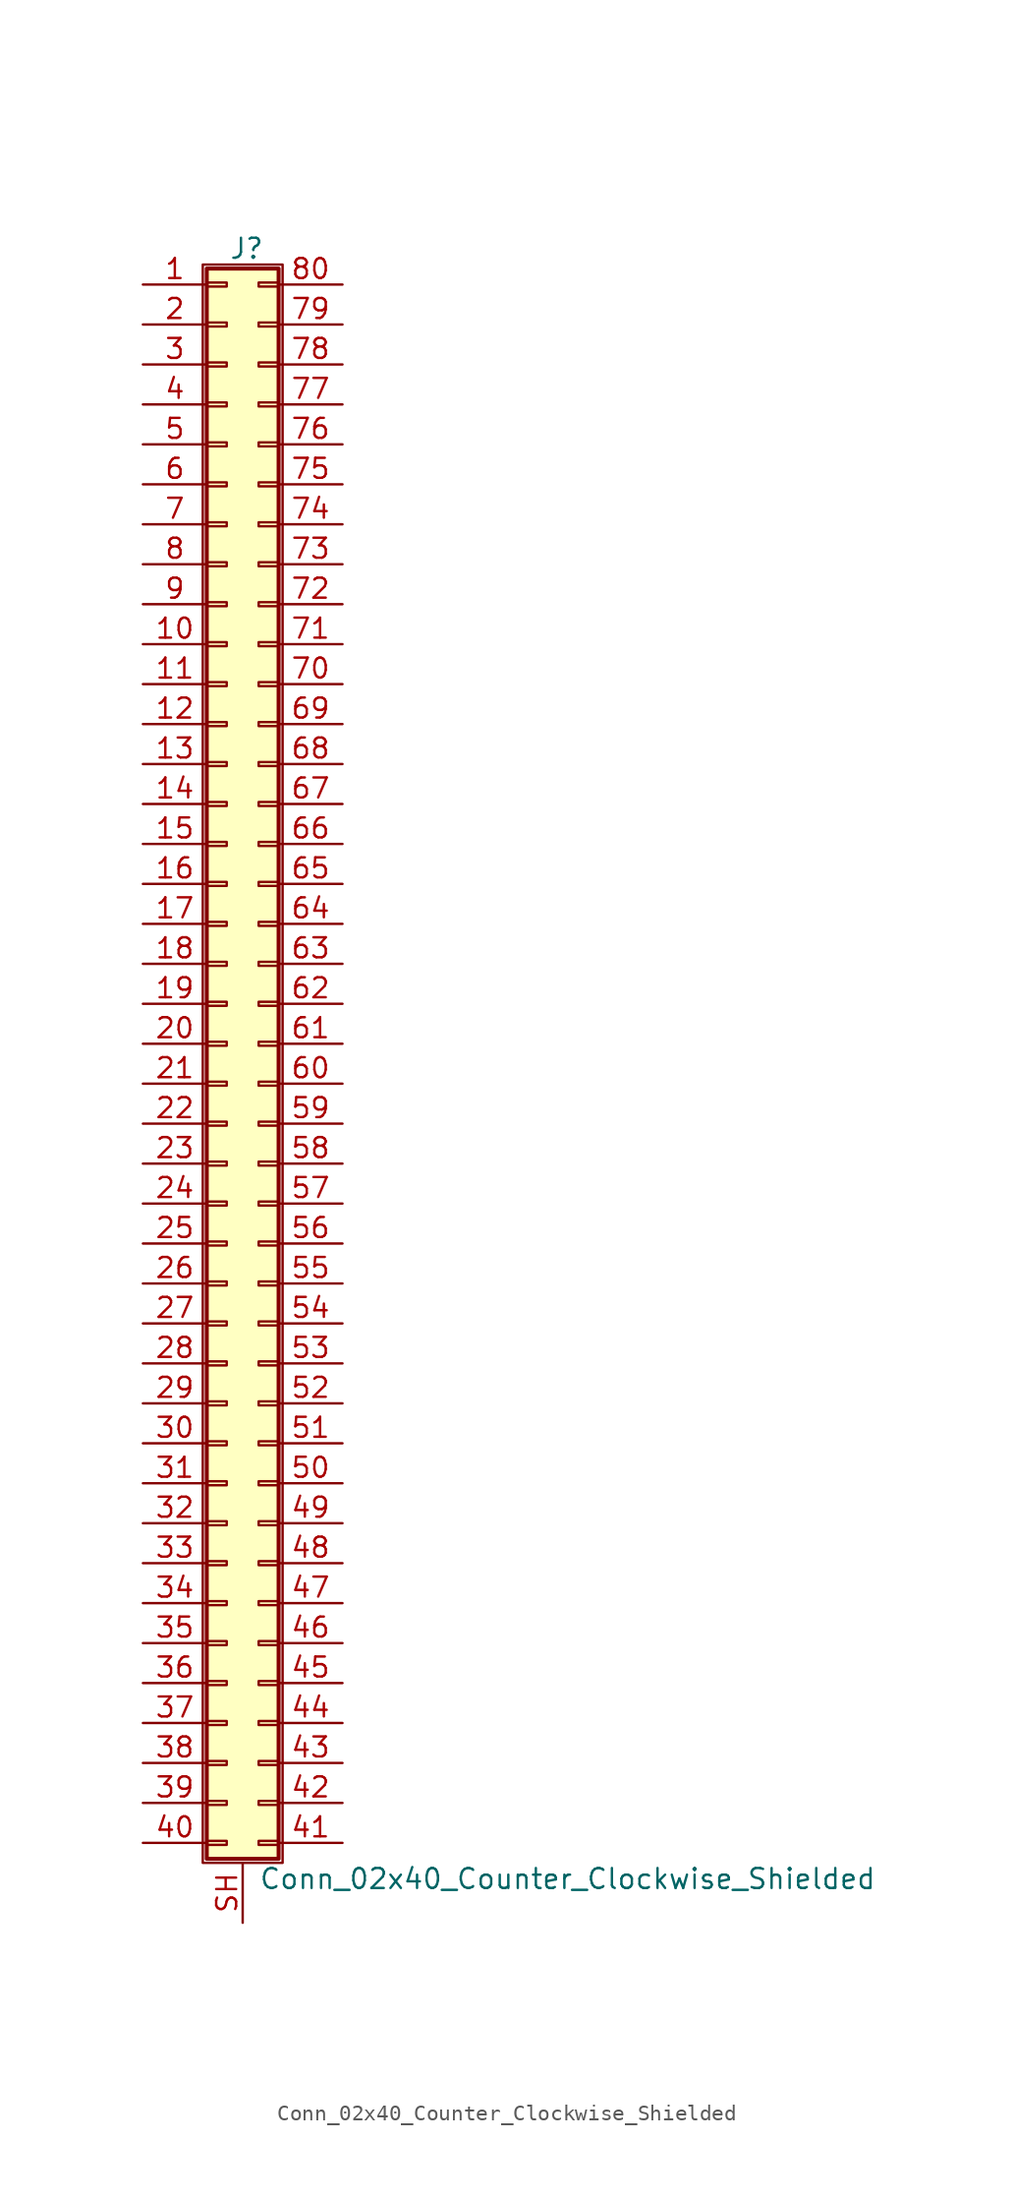
<source format=kicad_sym>
(kicad_symbol_lib
  (version 20201005)
  (generator kicad_symbol_editor)
  (symbol "Conn_02x40_Counter_Clockwise_Shielded"
    (pin_names
      (offset 1.016) hide)
    (property "Reference" "J"
      (at 1.524 50.546 0)
      (effects (font (size 1.27 1.27))))
    (property "Value" "Conn_02x40_Counter_Clockwise_Shielded"
      (at 2.286 -53.086 0)
      (effects (font (size 1.27 1.27)) (justify left)))
    (symbol "Conn_02x40_Counter_Clockwise_Shielded_1_1"
      (rectangle (start -1.27 49.53) (end 3.81 -52.07) (stroke (width 0.152)) (fill (type none)))
      (rectangle (start -1.016 -50.673) (end 0.254 -50.927) (stroke (width 0.152)) (fill (type none)))
      (rectangle (start -1.016 -48.133) (end 0.254 -48.387) (stroke (width 0.152)) (fill (type none)))
      (rectangle (start -1.016 -45.593) (end 0.254 -45.847) (stroke (width 0.152)) (fill (type none)))
      (rectangle (start -1.016 -43.053) (end 0.254 -43.307) (stroke (width 0.152)) (fill (type none)))
      (rectangle (start -1.016 -40.513) (end 0.254 -40.767) (stroke (width 0.152)) (fill (type none)))
      (rectangle (start -1.016 -37.973) (end 0.254 -38.227) (stroke (width 0.152)) (fill (type none)))
      (rectangle (start -1.016 -35.433) (end 0.254 -35.687) (stroke (width 0.152)) (fill (type none)))
      (rectangle (start -1.016 -32.893) (end 0.254 -33.147) (stroke (width 0.152)) (fill (type none)))
      (rectangle (start -1.016 -30.353) (end 0.254 -30.607) (stroke (width 0.152)) (fill (type none)))
      (rectangle (start -1.016 -27.813) (end 0.254 -28.067) (stroke (width 0.152)) (fill (type none)))
      (rectangle (start -1.016 -25.273) (end 0.254 -25.527) (stroke (width 0.152)) (fill (type none)))
      (rectangle (start -1.016 -22.733) (end 0.254 -22.987) (stroke (width 0.152)) (fill (type none)))
      (rectangle (start -1.016 -20.193) (end 0.254 -20.447) (stroke (width 0.152)) (fill (type none)))
      (rectangle (start -1.016 -17.653) (end 0.254 -17.907) (stroke (width 0.152)) (fill (type none)))
      (rectangle (start -1.016 -15.113) (end 0.254 -15.367) (stroke (width 0.152)) (fill (type none)))
      (rectangle (start -1.016 -12.573) (end 0.254 -12.827) (stroke (width 0.152)) (fill (type none)))
      (rectangle (start -1.016 -10.033) (end 0.254 -10.287) (stroke (width 0.152)) (fill (type none)))
      (rectangle (start -1.016 -7.493) (end 0.254 -7.747) (stroke (width 0.152)) (fill (type none)))
      (rectangle (start -1.016 -4.953) (end 0.254 -5.207) (stroke (width 0.152)) (fill (type none)))
      (rectangle (start -1.016 -2.413) (end 0.254 -2.667) (stroke (width 0.152)) (fill (type none)))
      (rectangle (start -1.016 0.127) (end 0.254 -0.127) (stroke (width 0.152)) (fill (type none)))
      (rectangle (start -1.016 2.667) (end 0.254 2.413) (stroke (width 0.152)) (fill (type none)))
      (rectangle (start -1.016 5.207) (end 0.254 4.953) (stroke (width 0.152)) (fill (type none)))
      (rectangle (start -1.016 7.747) (end 0.254 7.493) (stroke (width 0.152)) (fill (type none)))
      (rectangle (start -1.016 10.287) (end 0.254 10.033) (stroke (width 0.152)) (fill (type none)))
      (rectangle (start -1.016 12.827) (end 0.254 12.573) (stroke (width 0.152)) (fill (type none)))
      (rectangle (start -1.016 15.367) (end 0.254 15.113) (stroke (width 0.152)) (fill (type none)))
      (rectangle (start -1.016 17.907) (end 0.254 17.653) (stroke (width 0.152)) (fill (type none)))
      (rectangle (start -1.016 20.447) (end 0.254 20.193) (stroke (width 0.152)) (fill (type none)))
      (rectangle (start -1.016 22.987) (end 0.254 22.733) (stroke (width 0.152)) (fill (type none)))
      (rectangle (start -1.016 25.527) (end 0.254 25.273) (stroke (width 0.152)) (fill (type none)))
      (rectangle (start -1.016 28.067) (end 0.254 27.813) (stroke (width 0.152)) (fill (type none)))
      (rectangle (start -1.016 30.607) (end 0.254 30.353) (stroke (width 0.152)) (fill (type none)))
      (rectangle (start -1.016 33.147) (end 0.254 32.893) (stroke (width 0.152)) (fill (type none)))
      (rectangle (start -1.016 35.687) (end 0.254 35.433) (stroke (width 0.152)) (fill (type none)))
      (rectangle (start -1.016 38.227) (end 0.254 37.973) (stroke (width 0.152)) (fill (type none)))
      (rectangle (start -1.016 40.767) (end 0.254 40.513) (stroke (width 0.152)) (fill (type none)))
      (rectangle (start -1.016 43.307) (end 0.254 43.053) (stroke (width 0.152)) (fill (type none)))
      (rectangle (start -1.016 45.847) (end 0.254 45.593) (stroke (width 0.152)) (fill (type none)))
      (rectangle (start -1.016 48.387) (end 0.254 48.133) (stroke (width 0.152)) (fill (type none)))
      (rectangle (start 3.556 -50.673) (end 2.286 -50.927) (stroke (width 0.152)) (fill (type none)))
      (rectangle (start 3.556 -48.133) (end 2.286 -48.387) (stroke (width 0.152)) (fill (type none)))
      (rectangle (start 3.556 -45.593) (end 2.286 -45.847) (stroke (width 0.152)) (fill (type none)))
      (rectangle (start 3.556 -43.053) (end 2.286 -43.307) (stroke (width 0.152)) (fill (type none)))
      (rectangle (start 3.556 -40.513) (end 2.286 -40.767) (stroke (width 0.152)) (fill (type none)))
      (rectangle (start 3.556 -37.973) (end 2.286 -38.227) (stroke (width 0.152)) (fill (type none)))
      (rectangle (start 3.556 -35.433) (end 2.286 -35.687) (stroke (width 0.152)) (fill (type none)))
      (rectangle (start 3.556 -32.893) (end 2.286 -33.147) (stroke (width 0.152)) (fill (type none)))
      (rectangle (start 3.556 -30.353) (end 2.286 -30.607) (stroke (width 0.152)) (fill (type none)))
      (rectangle (start 3.556 -27.813) (end 2.286 -28.067) (stroke (width 0.152)) (fill (type none)))
      (rectangle (start 3.556 -25.273) (end 2.286 -25.527) (stroke (width 0.152)) (fill (type none)))
      (rectangle (start 3.556 -22.733) (end 2.286 -22.987) (stroke (width 0.152)) (fill (type none)))
      (rectangle (start 3.556 -20.193) (end 2.286 -20.447) (stroke (width 0.152)) (fill (type none)))
      (rectangle (start 3.556 -17.653) (end 2.286 -17.907) (stroke (width 0.152)) (fill (type none)))
      (rectangle (start 3.556 -15.113) (end 2.286 -15.367) (stroke (width 0.152)) (fill (type none)))
      (rectangle (start 3.556 -12.573) (end 2.286 -12.827) (stroke (width 0.152)) (fill (type none)))
      (rectangle (start 3.556 -10.033) (end 2.286 -10.287) (stroke (width 0.152)) (fill (type none)))
      (rectangle (start 3.556 -7.493) (end 2.286 -7.747) (stroke (width 0.152)) (fill (type none)))
      (rectangle (start 3.556 -4.953) (end 2.286 -5.207) (stroke (width 0.152)) (fill (type none)))
      (rectangle (start 3.556 -2.413) (end 2.286 -2.667) (stroke (width 0.152)) (fill (type none)))
      (rectangle (start 3.556 0.127) (end 2.286 -0.127) (stroke (width 0.152)) (fill (type none)))
      (rectangle (start 3.556 2.667) (end 2.286 2.413) (stroke (width 0.152)) (fill (type none)))
      (rectangle (start 3.556 5.207) (end 2.286 4.953) (stroke (width 0.152)) (fill (type none)))
      (rectangle (start 3.556 7.747) (end 2.286 7.493) (stroke (width 0.152)) (fill (type none)))
      (rectangle (start 3.556 10.287) (end 2.286 10.033) (stroke (width 0.152)) (fill (type none)))
      (rectangle (start 3.556 12.827) (end 2.286 12.573) (stroke (width 0.152)) (fill (type none)))
      (rectangle (start 3.556 15.367) (end 2.286 15.113) (stroke (width 0.152)) (fill (type none)))
      (rectangle (start 3.556 17.907) (end 2.286 17.653) (stroke (width 0.152)) (fill (type none)))
      (rectangle (start 3.556 20.447) (end 2.286 20.193) (stroke (width 0.152)) (fill (type none)))
      (rectangle (start 3.556 22.987) (end 2.286 22.733) (stroke (width 0.152)) (fill (type none)))
      (rectangle (start 3.556 25.527) (end 2.286 25.273) (stroke (width 0.152)) (fill (type none)))
      (rectangle (start 3.556 28.067) (end 2.286 27.813) (stroke (width 0.152)) (fill (type none)))
      (rectangle (start 3.556 30.607) (end 2.286 30.353) (stroke (width 0.152)) (fill (type none)))
      (rectangle (start 3.556 33.147) (end 2.286 32.893) (stroke (width 0.152)) (fill (type none)))
      (rectangle (start 3.556 35.687) (end 2.286 35.433) (stroke (width 0.152)) (fill (type none)))
      (rectangle (start 3.556 38.227) (end 2.286 37.973) (stroke (width 0.152)) (fill (type none)))
      (rectangle (start 3.556 40.767) (end 2.286 40.513) (stroke (width 0.152)) (fill (type none)))
      (rectangle (start 3.556 43.307) (end 2.286 43.053) (stroke (width 0.152)) (fill (type none)))
      (rectangle (start 3.556 45.847) (end 2.286 45.593) (stroke (width 0.152)) (fill (type none)))
      (rectangle (start 3.556 48.387) (end 2.286 48.133) (stroke (width 0.152)) (fill (type none)))
      (rectangle (start -1.016 49.276) (end 3.556 -51.816) (stroke (width 0.254)) (fill (type background)))
      (pin passive line (at -5.08 48.26 0) (length 4.064) (name "Pin_1" (effects (font (size 1.27 1.27)))) (number "1" (effects (font (size 1.27 1.27)))))
      (pin passive line (at -5.08 25.4 0) (length 4.064) (name "Pin_10" (effects (font (size 1.27 1.27)))) (number "10" (effects (font (size 1.27 1.27)))))
      (pin passive line (at -5.08 22.86 0) (length 4.064) (name "Pin_11" (effects (font (size 1.27 1.27)))) (number "11" (effects (font (size 1.27 1.27)))))
      (pin passive line (at -5.08 20.32 0) (length 4.064) (name "Pin_12" (effects (font (size 1.27 1.27)))) (number "12" (effects (font (size 1.27 1.27)))))
      (pin passive line (at -5.08 17.78 0) (length 4.064) (name "Pin_13" (effects (font (size 1.27 1.27)))) (number "13" (effects (font (size 1.27 1.27)))))
      (pin passive line (at -5.08 15.24 0) (length 4.064) (name "Pin_14" (effects (font (size 1.27 1.27)))) (number "14" (effects (font (size 1.27 1.27)))))
      (pin passive line (at -5.08 12.7 0) (length 4.064) (name "Pin_15" (effects (font (size 1.27 1.27)))) (number "15" (effects (font (size 1.27 1.27)))))
      (pin passive line (at -5.08 10.16 0) (length 4.064) (name "Pin_16" (effects (font (size 1.27 1.27)))) (number "16" (effects (font (size 1.27 1.27)))))
      (pin passive line (at -5.08 7.62 0) (length 4.064) (name "Pin_17" (effects (font (size 1.27 1.27)))) (number "17" (effects (font (size 1.27 1.27)))))
      (pin passive line (at -5.08 5.08 0) (length 4.064) (name "Pin_18" (effects (font (size 1.27 1.27)))) (number "18" (effects (font (size 1.27 1.27)))))
      (pin passive line (at -5.08 2.54 0) (length 4.064) (name "Pin_19" (effects (font (size 1.27 1.27)))) (number "19" (effects (font (size 1.27 1.27)))))
      (pin passive line (at -5.08 45.72 0) (length 4.064) (name "Pin_2" (effects (font (size 1.27 1.27)))) (number "2" (effects (font (size 1.27 1.27)))))
      (pin passive line (at -5.08 0 0) (length 4.064) (name "Pin_20" (effects (font (size 1.27 1.27)))) (number "20" (effects (font (size 1.27 1.27)))))
      (pin passive line (at -5.08 -2.54 0) (length 4.064) (name "Pin_21" (effects (font (size 1.27 1.27)))) (number "21" (effects (font (size 1.27 1.27)))))
      (pin passive line (at -5.08 -5.08 0) (length 4.064) (name "Pin_22" (effects (font (size 1.27 1.27)))) (number "22" (effects (font (size 1.27 1.27)))))
      (pin passive line (at -5.08 -7.62 0) (length 4.064) (name "Pin_23" (effects (font (size 1.27 1.27)))) (number "23" (effects (font (size 1.27 1.27)))))
      (pin passive line (at -5.08 -10.16 0) (length 4.064) (name "Pin_24" (effects (font (size 1.27 1.27)))) (number "24" (effects (font (size 1.27 1.27)))))
      (pin passive line (at -5.08 -12.7 0) (length 4.064) (name "Pin_25" (effects (font (size 1.27 1.27)))) (number "25" (effects (font (size 1.27 1.27)))))
      (pin passive line (at -5.08 -15.24 0) (length 4.064) (name "Pin_26" (effects (font (size 1.27 1.27)))) (number "26" (effects (font (size 1.27 1.27)))))
      (pin passive line (at -5.08 -17.78 0) (length 4.064) (name "Pin_27" (effects (font (size 1.27 1.27)))) (number "27" (effects (font (size 1.27 1.27)))))
      (pin passive line (at -5.08 -20.32 0) (length 4.064) (name "Pin_28" (effects (font (size 1.27 1.27)))) (number "28" (effects (font (size 1.27 1.27)))))
      (pin passive line (at -5.08 -22.86 0) (length 4.064) (name "Pin_29" (effects (font (size 1.27 1.27)))) (number "29" (effects (font (size 1.27 1.27)))))
      (pin passive line (at -5.08 43.18 0) (length 4.064) (name "Pin_3" (effects (font (size 1.27 1.27)))) (number "3" (effects (font (size 1.27 1.27)))))
      (pin passive line (at -5.08 -25.4 0) (length 4.064) (name "Pin_30" (effects (font (size 1.27 1.27)))) (number "30" (effects (font (size 1.27 1.27)))))
      (pin passive line (at -5.08 -27.94 0) (length 4.064) (name "Pin_31" (effects (font (size 1.27 1.27)))) (number "31" (effects (font (size 1.27 1.27)))))
      (pin passive line (at -5.08 -30.48 0) (length 4.064) (name "Pin_32" (effects (font (size 1.27 1.27)))) (number "32" (effects (font (size 1.27 1.27)))))
      (pin passive line (at -5.08 -33.02 0) (length 4.064) (name "Pin_33" (effects (font (size 1.27 1.27)))) (number "33" (effects (font (size 1.27 1.27)))))
      (pin passive line (at -5.08 -35.56 0) (length 4.064) (name "Pin_34" (effects (font (size 1.27 1.27)))) (number "34" (effects (font (size 1.27 1.27)))))
      (pin passive line (at -5.08 -38.1 0) (length 4.064) (name "Pin_35" (effects (font (size 1.27 1.27)))) (number "35" (effects (font (size 1.27 1.27)))))
      (pin passive line (at -5.08 -40.64 0) (length 4.064) (name "Pin_36" (effects (font (size 1.27 1.27)))) (number "36" (effects (font (size 1.27 1.27)))))
      (pin passive line (at -5.08 -43.18 0) (length 4.064) (name "Pin_37" (effects (font (size 1.27 1.27)))) (number "37" (effects (font (size 1.27 1.27)))))
      (pin passive line (at -5.08 -45.72 0) (length 4.064) (name "Pin_38" (effects (font (size 1.27 1.27)))) (number "38" (effects (font (size 1.27 1.27)))))
      (pin passive line (at -5.08 -48.26 0) (length 4.064) (name "Pin_39" (effects (font (size 1.27 1.27)))) (number "39" (effects (font (size 1.27 1.27)))))
      (pin passive line (at -5.08 40.64 0) (length 4.064) (name "Pin_4" (effects (font (size 1.27 1.27)))) (number "4" (effects (font (size 1.27 1.27)))))
      (pin passive line (at -5.08 -50.8 0) (length 4.064) (name "Pin_40" (effects (font (size 1.27 1.27)))) (number "40" (effects (font (size 1.27 1.27)))))
      (pin passive line (at 7.62 -50.8 180) (length 4.064) (name "Pin_41" (effects (font (size 1.27 1.27)))) (number "41" (effects (font (size 1.27 1.27)))))
      (pin passive line (at 7.62 -48.26 180) (length 4.064) (name "Pin_42" (effects (font (size 1.27 1.27)))) (number "42" (effects (font (size 1.27 1.27)))))
      (pin passive line (at 7.62 -45.72 180) (length 4.064) (name "Pin_43" (effects (font (size 1.27 1.27)))) (number "43" (effects (font (size 1.27 1.27)))))
      (pin passive line (at 7.62 -43.18 180) (length 4.064) (name "Pin_44" (effects (font (size 1.27 1.27)))) (number "44" (effects (font (size 1.27 1.27)))))
      (pin passive line (at 7.62 -40.64 180) (length 4.064) (name "Pin_45" (effects (font (size 1.27 1.27)))) (number "45" (effects (font (size 1.27 1.27)))))
      (pin passive line (at 7.62 -38.1 180) (length 4.064) (name "Pin_46" (effects (font (size 1.27 1.27)))) (number "46" (effects (font (size 1.27 1.27)))))
      (pin passive line (at 7.62 -35.56 180) (length 4.064) (name "Pin_47" (effects (font (size 1.27 1.27)))) (number "47" (effects (font (size 1.27 1.27)))))
      (pin passive line (at 7.62 -33.02 180) (length 4.064) (name "Pin_48" (effects (font (size 1.27 1.27)))) (number "48" (effects (font (size 1.27 1.27)))))
      (pin passive line (at 7.62 -30.48 180) (length 4.064) (name "Pin_49" (effects (font (size 1.27 1.27)))) (number "49" (effects (font (size 1.27 1.27)))))
      (pin passive line (at -5.08 38.1 0) (length 4.064) (name "Pin_5" (effects (font (size 1.27 1.27)))) (number "5" (effects (font (size 1.27 1.27)))))
      (pin passive line (at 7.62 -27.94 180) (length 4.064) (name "Pin_50" (effects (font (size 1.27 1.27)))) (number "50" (effects (font (size 1.27 1.27)))))
      (pin passive line (at 7.62 -25.4 180) (length 4.064) (name "Pin_51" (effects (font (size 1.27 1.27)))) (number "51" (effects (font (size 1.27 1.27)))))
      (pin passive line (at 7.62 -22.86 180) (length 4.064) (name "Pin_52" (effects (font (size 1.27 1.27)))) (number "52" (effects (font (size 1.27 1.27)))))
      (pin passive line (at 7.62 -20.32 180) (length 4.064) (name "Pin_53" (effects (font (size 1.27 1.27)))) (number "53" (effects (font (size 1.27 1.27)))))
      (pin passive line (at 7.62 -17.78 180) (length 4.064) (name "Pin_54" (effects (font (size 1.27 1.27)))) (number "54" (effects (font (size 1.27 1.27)))))
      (pin passive line (at 7.62 -15.24 180) (length 4.064) (name "Pin_55" (effects (font (size 1.27 1.27)))) (number "55" (effects (font (size 1.27 1.27)))))
      (pin passive line (at 7.62 -12.7 180) (length 4.064) (name "Pin_56" (effects (font (size 1.27 1.27)))) (number "56" (effects (font (size 1.27 1.27)))))
      (pin passive line (at 7.62 -10.16 180) (length 4.064) (name "Pin_57" (effects (font (size 1.27 1.27)))) (number "57" (effects (font (size 1.27 1.27)))))
      (pin passive line (at 7.62 -7.62 180) (length 4.064) (name "Pin_58" (effects (font (size 1.27 1.27)))) (number "58" (effects (font (size 1.27 1.27)))))
      (pin passive line (at 7.62 -5.08 180) (length 4.064) (name "Pin_59" (effects (font (size 1.27 1.27)))) (number "59" (effects (font (size 1.27 1.27)))))
      (pin passive line (at -5.08 35.56 0) (length 4.064) (name "Pin_6" (effects (font (size 1.27 1.27)))) (number "6" (effects (font (size 1.27 1.27)))))
      (pin passive line (at 7.62 -2.54 180) (length 4.064) (name "Pin_60" (effects (font (size 1.27 1.27)))) (number "60" (effects (font (size 1.27 1.27)))))
      (pin passive line (at 7.62 0 180) (length 4.064) (name "Pin_61" (effects (font (size 1.27 1.27)))) (number "61" (effects (font (size 1.27 1.27)))))
      (pin passive line (at 7.62 2.54 180) (length 4.064) (name "Pin_62" (effects (font (size 1.27 1.27)))) (number "62" (effects (font (size 1.27 1.27)))))
      (pin passive line (at 7.62 5.08 180) (length 4.064) (name "Pin_63" (effects (font (size 1.27 1.27)))) (number "63" (effects (font (size 1.27 1.27)))))
      (pin passive line (at 7.62 7.62 180) (length 4.064) (name "Pin_64" (effects (font (size 1.27 1.27)))) (number "64" (effects (font (size 1.27 1.27)))))
      (pin passive line (at 7.62 10.16 180) (length 4.064) (name "Pin_65" (effects (font (size 1.27 1.27)))) (number "65" (effects (font (size 1.27 1.27)))))
      (pin passive line (at 7.62 12.7 180) (length 4.064) (name "Pin_66" (effects (font (size 1.27 1.27)))) (number "66" (effects (font (size 1.27 1.27)))))
      (pin passive line (at 7.62 15.24 180) (length 4.064) (name "Pin_67" (effects (font (size 1.27 1.27)))) (number "67" (effects (font (size 1.27 1.27)))))
      (pin passive line (at 7.62 17.78 180) (length 4.064) (name "Pin_68" (effects (font (size 1.27 1.27)))) (number "68" (effects (font (size 1.27 1.27)))))
      (pin passive line (at 7.62 20.32 180) (length 4.064) (name "Pin_69" (effects (font (size 1.27 1.27)))) (number "69" (effects (font (size 1.27 1.27)))))
      (pin passive line (at -5.08 33.02 0) (length 4.064) (name "Pin_7" (effects (font (size 1.27 1.27)))) (number "7" (effects (font (size 1.27 1.27)))))
      (pin passive line (at 7.62 22.86 180) (length 4.064) (name "Pin_70" (effects (font (size 1.27 1.27)))) (number "70" (effects (font (size 1.27 1.27)))))
      (pin passive line (at 7.62 25.4 180) (length 4.064) (name "Pin_71" (effects (font (size 1.27 1.27)))) (number "71" (effects (font (size 1.27 1.27)))))
      (pin passive line (at 7.62 27.94 180) (length 4.064) (name "Pin_72" (effects (font (size 1.27 1.27)))) (number "72" (effects (font (size 1.27 1.27)))))
      (pin passive line (at 7.62 30.48 180) (length 4.064) (name "Pin_73" (effects (font (size 1.27 1.27)))) (number "73" (effects (font (size 1.27 1.27)))))
      (pin passive line (at 7.62 33.02 180) (length 4.064) (name "Pin_74" (effects (font (size 1.27 1.27)))) (number "74" (effects (font (size 1.27 1.27)))))
      (pin passive line (at 7.62 35.56 180) (length 4.064) (name "Pin_75" (effects (font (size 1.27 1.27)))) (number "75" (effects (font (size 1.27 1.27)))))
      (pin passive line (at 7.62 38.1 180) (length 4.064) (name "Pin_76" (effects (font (size 1.27 1.27)))) (number "76" (effects (font (size 1.27 1.27)))))
      (pin passive line (at 7.62 40.64 180) (length 4.064) (name "Pin_77" (effects (font (size 1.27 1.27)))) (number "77" (effects (font (size 1.27 1.27)))))
      (pin passive line (at 7.62 43.18 180) (length 4.064) (name "Pin_78" (effects (font (size 1.27 1.27)))) (number "78" (effects (font (size 1.27 1.27)))))
      (pin passive line (at 7.62 45.72 180) (length 4.064) (name "Pin_79" (effects (font (size 1.27 1.27)))) (number "79" (effects (font (size 1.27 1.27)))))
      (pin passive line (at -5.08 30.48 0) (length 4.064) (name "Pin_8" (effects (font (size 1.27 1.27)))) (number "8" (effects (font (size 1.27 1.27)))))
      (pin passive line (at 7.62 48.26 180) (length 4.064) (name "Pin_80" (effects (font (size 1.27 1.27)))) (number "80" (effects (font (size 1.27 1.27)))))
      (pin passive line (at -5.08 27.94 0) (length 4.064) (name "Pin_9" (effects (font (size 1.27 1.27)))) (number "9" (effects (font (size 1.27 1.27)))))
      (pin passive line (at 1.27 -55.88 90) (length 3.81) (name "Shield" (effects (font (size 1.27 1.27)))) (number "SH" (effects (font (size 1.27 1.27))))))))
</source>
